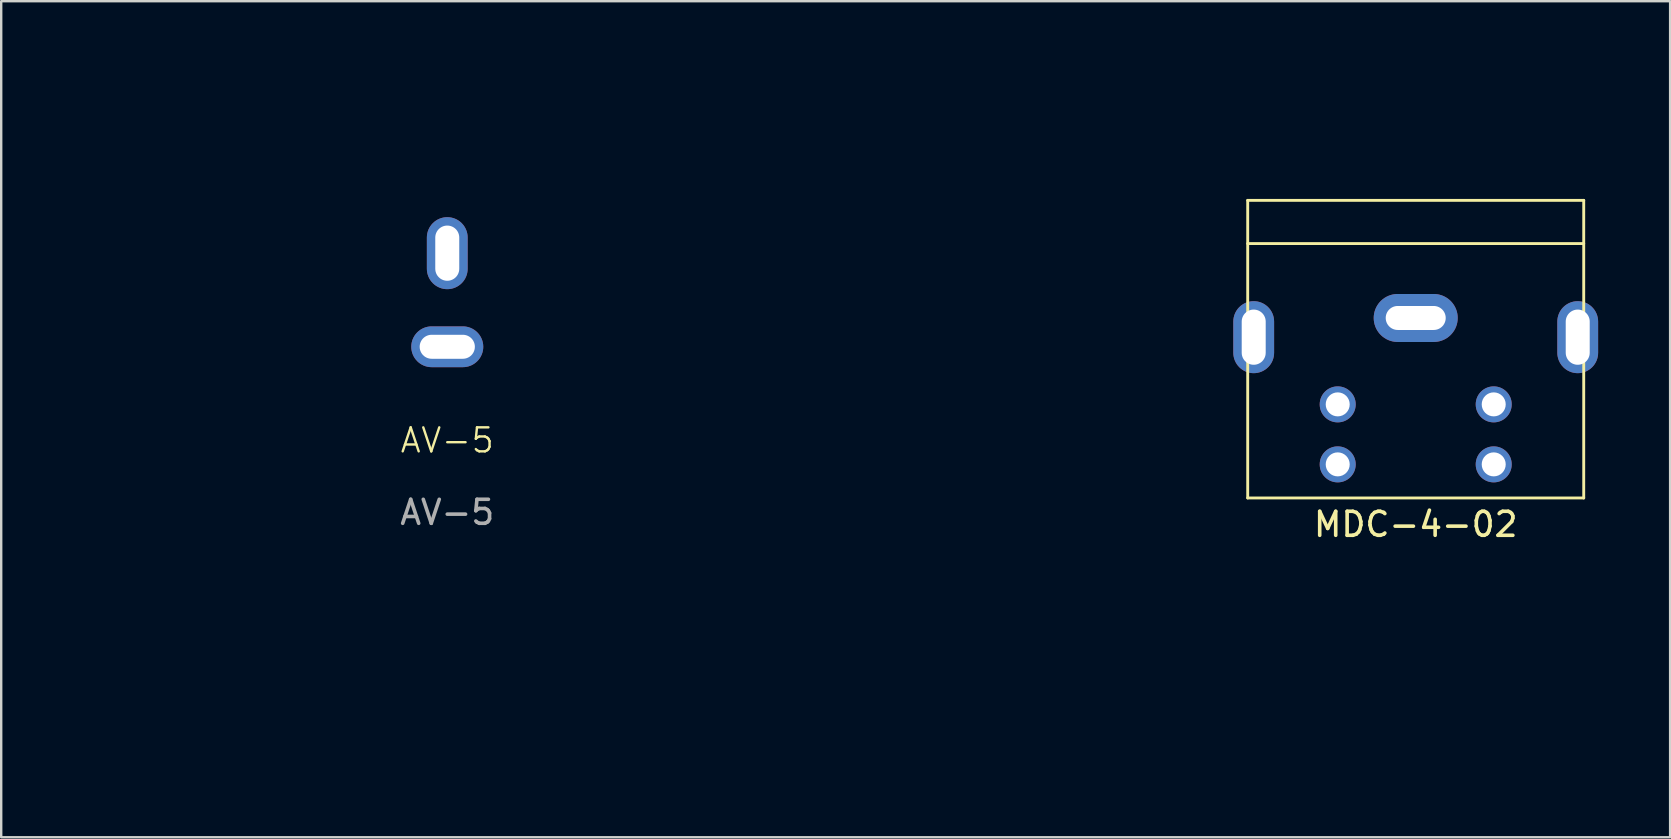
<source format=kicad_pcb>
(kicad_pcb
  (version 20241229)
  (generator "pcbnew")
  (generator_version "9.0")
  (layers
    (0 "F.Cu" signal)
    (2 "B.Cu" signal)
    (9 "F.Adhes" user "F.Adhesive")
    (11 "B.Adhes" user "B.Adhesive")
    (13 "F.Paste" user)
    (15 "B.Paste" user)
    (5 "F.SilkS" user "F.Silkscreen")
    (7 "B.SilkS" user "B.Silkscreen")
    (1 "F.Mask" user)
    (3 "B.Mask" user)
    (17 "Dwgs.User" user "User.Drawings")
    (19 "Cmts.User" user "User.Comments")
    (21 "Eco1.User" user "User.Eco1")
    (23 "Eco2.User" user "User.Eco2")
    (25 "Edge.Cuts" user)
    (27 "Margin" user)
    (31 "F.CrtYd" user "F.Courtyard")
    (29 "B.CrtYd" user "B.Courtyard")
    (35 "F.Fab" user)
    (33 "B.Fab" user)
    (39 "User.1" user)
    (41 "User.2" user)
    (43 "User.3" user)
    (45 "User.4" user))
  (footprint "MDC-4-02"
    (layer "F.Cu")
    (at 55.935 5.298)
    (property "Reference" "MDC-4-02" (at 0 13.5 0) (layer "F.SilkS") (effects (font (size 1 1) (thickness 0.15))))
    (attr through_hole)
    (fp_line (start -7 0) (end -7 12.4) (stroke (width 0.12) (type solid)) (layer "F.SilkS"))
    (fp_line (start -7 1.8) (end 7 1.8) (stroke (width 0.12) (type solid)) (layer "F.SilkS"))
    (fp_line (start -7 12.4) (end 7 12.4) (stroke (width 0.12) (type solid)) (layer "F.SilkS"))
    (fp_line (start 7 0) (end -7 0) (stroke (width 0.12) (type solid)) (layer "F.SilkS"))
    (fp_line (start 7 12.4) (end 7 0) (stroke (width 0.12) (type solid)) (layer "F.SilkS"))
    (dimension (type aligned) (layer "User.8") (pts (xy 49.185 10.998) (xy 62.685 10.998)) (height -9) (format (prefix "") (suffix "") (units 3) (units_format 1) (precision 4)) (style (thickness 0.1) (arrow_length 1.27) (text_position_mode 0) (arrow_direction outward) (extension_height 0.586) (extension_offset 0.5) (keep_text_aligned yes)) (gr_text "13.5000 mm" (at 55.935 0.848 0) (layer "User.8") (effects (font (size 1 1) (thickness 0.15)))))
    (dimension (type aligned) (layer "User.8") (pts (xy 52.685 13.798) (xy 52.685 5.298)) (height -10.2) (format (prefix "") (suffix "") (units 3) (units_format 1) (precision 4)) (style (thickness 0.1) (arrow_length 1.27) (text_position_mode 0) (arrow_direction outward) (extension_height 0.586) (extension_offset 0.5) (keep_text_aligned yes)) (gr_text "8.5000 mm" (at 41.334 9.548 90) (layer "User.8") (effects (font (size 1 1) (thickness 0.15)))))
    (dimension (type aligned) (layer "User.8") (pts (xy 55.935 5.298) (xy 55.935 10.198)) (height 8.006) (format (prefix "") (suffix "") (units 3) (units_format 1) (precision 4)) (style (thickness 0.1) (arrow_length 1.27) (text_position_mode 0) (arrow_direction outward) (extension_height 0.586) (extension_offset 0.5) (keep_text_aligned yes)) (gr_text "4.9000 mm" (at 46.779 7.748 90) (layer "User.8") (effects (font (size 1 1) (thickness 0.15)))))
    (dimension (type aligned) (layer "User.8") (pts (xy 52.685 16.298) (xy 59.185 16.298)) (height 9.7) (format (prefix "") (suffix "") (units 3) (units_format 1) (precision 4)) (style (thickness 0.1) (arrow_length 1.27) (text_position_mode 0) (arrow_direction outward) (extension_height 0.586) (extension_offset 0.5) (keep_text_aligned yes)) (gr_text "6.5000 mm" (at 55.935 24.848 0) (layer "User.8") (effects (font (size 1 1) (thickness 0.15)))))
    (dimension (type aligned) (layer "User.8") (pts (xy 52.685 16.298) (xy 52.685 5.298)) (height -13.458) (format (prefix "") (suffix "") (units 3) (units_format 1) (precision 4)) (style (thickness 0.1) (arrow_length 1.27) (text_position_mode 0) (arrow_direction outward) (extension_height 0.586) (extension_offset 0.5) (keep_text_aligned yes)) (gr_text "11.0000 mm" (at 38.077 10.798 90) (layer "User.8") (effects (font (size 1 1) (thickness 0.15)))))
    (dimension (type aligned) (layer "User.8") (pts (xy 49.185 10.998) (xy 49.185 5.298)) (height -3.853) (format (prefix "") (suffix "") (units 3) (units_format 1) (precision 4)) (style (thickness 0.1) (arrow_length 1.27) (text_position_mode 0) (arrow_direction outward) (extension_height 0.586) (extension_offset 0.5) (keep_text_aligned yes)) (gr_text "5.7000 mm" (at 44.182 8.148 90) (layer "User.8") (effects (font (size 1 1) (thickness 0.15)))))
    (pad "1" thru_hole circle (at -3.25 8.5) (size 1.5 1.5) (drill 1) (layers "*.Cu" "*.Mask"))
    (pad "2" thru_hole circle (at 3.25 8.5) (size 1.5 1.5) (drill 1) (layers "*.Cu" "*.Mask"))
    (pad "3" thru_hole circle (at -3.25 11) (size 1.5 1.5) (drill 1) (layers "*.Cu" "*.Mask"))
    (pad "4" thru_hole circle (at 3.25 11) (size 1.5 1.5) (drill 1) (layers "*.Cu" "*.Mask"))
    (pad "MH" thru_hole oval (at -6.75 5.7) (size 1.7 3) (drill oval 1 2.3) (layers "*.Cu" "*.Mask"))
    (pad "MH" thru_hole oval (at 0 4.9) (size 3.5 2) (drill oval 2.5 1) (layers "*.Cu" "*.Mask"))
    (pad "MH" thru_hole oval (at 6.75 5.7) (size 1.7 3) (drill oval 1 2.3) (layers "*.Cu" "*.Mask")))
  (footprint "AV-5"
    (layer "F.Cu")
    (at 15.585 15.798)
    (property "Reference" "AV-5" (at 0 -0.5 0) (unlocked yes) (layer "F.SilkS") (effects (font (size 1 1) (thickness 0.1))))
    (attr through_hole)
    (fp_line (start -5 0) (end 5 0) (stroke (width 0.1) (type default)) (layer "User.1"))
    (fp_rect (start -5 0) (end 5 -10) (stroke (width 0.1) (type default)) (fill no) (layer "User.4"))
    (fp_rect (start -4.2 0) (end 4 9.3) (stroke (width 0.1) (type default)) (fill no) (layer "User.4"))
    (fp_text user "${REFERENCE}" (at 0 2.5 0) (unlocked yes) (layer "F.Fab") (effects (font (size 1 1) (thickness 0.15))))
    (dimension (type aligned) (layer "User.8") (pts (xy 15.585 11.398) (xy 15.585 7.498)) (height 11.25) (format (prefix "") (suffix "") (units 3) (units_format 1) (precision 4)) (style (thickness 0.1) (arrow_length 1.27) (text_position_mode 0) (arrow_direction outward) (extension_height 0.586) (extension_offset 0.5) (keep_text_aligned yes)) (gr_text "3.9000 mm" (at 25.685 9.448 90) (layer "User.8") (effects (font (size 1 1) (thickness 0.15)))))
    (dimension (type aligned) (layer "User.8") (pts (xy 10.585 5.798) (xy 20.585 5.798)) (height -3.8) (format (prefix "") (suffix "") (units 3) (units_format 1) (precision 4)) (style (thickness 0.1) (arrow_length 1.27) (text_position_mode 0) (arrow_direction outward) (extension_height 0.586) (extension_offset 0.5) (keep_text_aligned yes)) (gr_text "10.0000 mm" (at 15.585 0.848 0) (layer "User.8") (effects (font (size 1 1) (thickness 0.15)))))
    (dimension (type aligned) (layer "User.8") (pts (xy 15.585 11.398) (xy 15.585 15.798)) (height -7.9) (format (prefix "") (suffix "") (units 3) (units_format 1) (precision 4)) (style (thickness 0.1) (arrow_length 1.27) (text_position_mode 0) (arrow_direction outward) (extension_height 0.586) (extension_offset 0.5) (keep_text_aligned yes)) (gr_text "4.4000 mm" (at 22.335 13.598 90) (layer "User.8") (effects (font (size 1 1) (thickness 0.15)))))
    (dimension (type aligned) (layer "User.8") (pts (xy 11.385 25.098) (xy 11.385 15.798)) (height -5.3) (format (prefix "") (suffix "") (units 3) (units_format 1) (precision 4)) (style (thickness 0.1) (arrow_length 1.27) (text_position_mode 0) (arrow_direction outward) (extension_height 0.586) (extension_offset 0.5) (keep_text_aligned yes)) (gr_text "9.3000 mm" (at 4.935 20.448 90) (layer "User.8") (effects (font (size 1 1) (thickness 0.15)))))
    (dimension (type aligned) (layer "User.8") (pts (xy 11.385 25.098) (xy 19.585 25.098)) (height 3.1) (format (prefix "") (suffix "") (units 3) (units_format 1) (precision 4)) (style (thickness 0.1) (arrow_length 1.27) (text_position_mode 0) (arrow_direction outward) (extension_height 0.586) (extension_offset 0.5) (keep_text_aligned yes)) (gr_text "8.2000 mm" (at 15.485 27.048 0) (layer "User.8") (effects (font (size 1 1) (thickness 0.15)))))
    (dimension (type aligned) (layer "User.8") (pts (xy 10.585 15.798) (xy 10.585 5.798)) (height -4.5) (format (prefix "") (suffix "") (units 3) (units_format 1) (precision 4)) (style (thickness 0.1) (arrow_length 1.27) (text_position_mode 0) (arrow_direction outward) (extension_height 0.586) (extension_offset 0.5) (keep_text_aligned yes)) (gr_text "10.0000 mm" (at 4.935 10.798 90) (layer "User.8") (effects (font (size 1 1) (thickness 0.15)))))
    (pad "1" thru_hole oval (at 0 -8.3) (size 1.7 3) (drill oval 1 2.3) (layers "*.Cu" "*.Mask"))
    (pad "2" thru_hole oval (at 0 -4.4 90) (size 1.7 3) (drill oval 1 2.3) (layers "*.Cu" "*.Mask")))
  (gr_rect
    (start -3 -3)
    (end 66.535 31.835)
    (stroke (width 0.1) (type default))
    (fill no)
    (layer "Edge.Cuts")))
</source>
